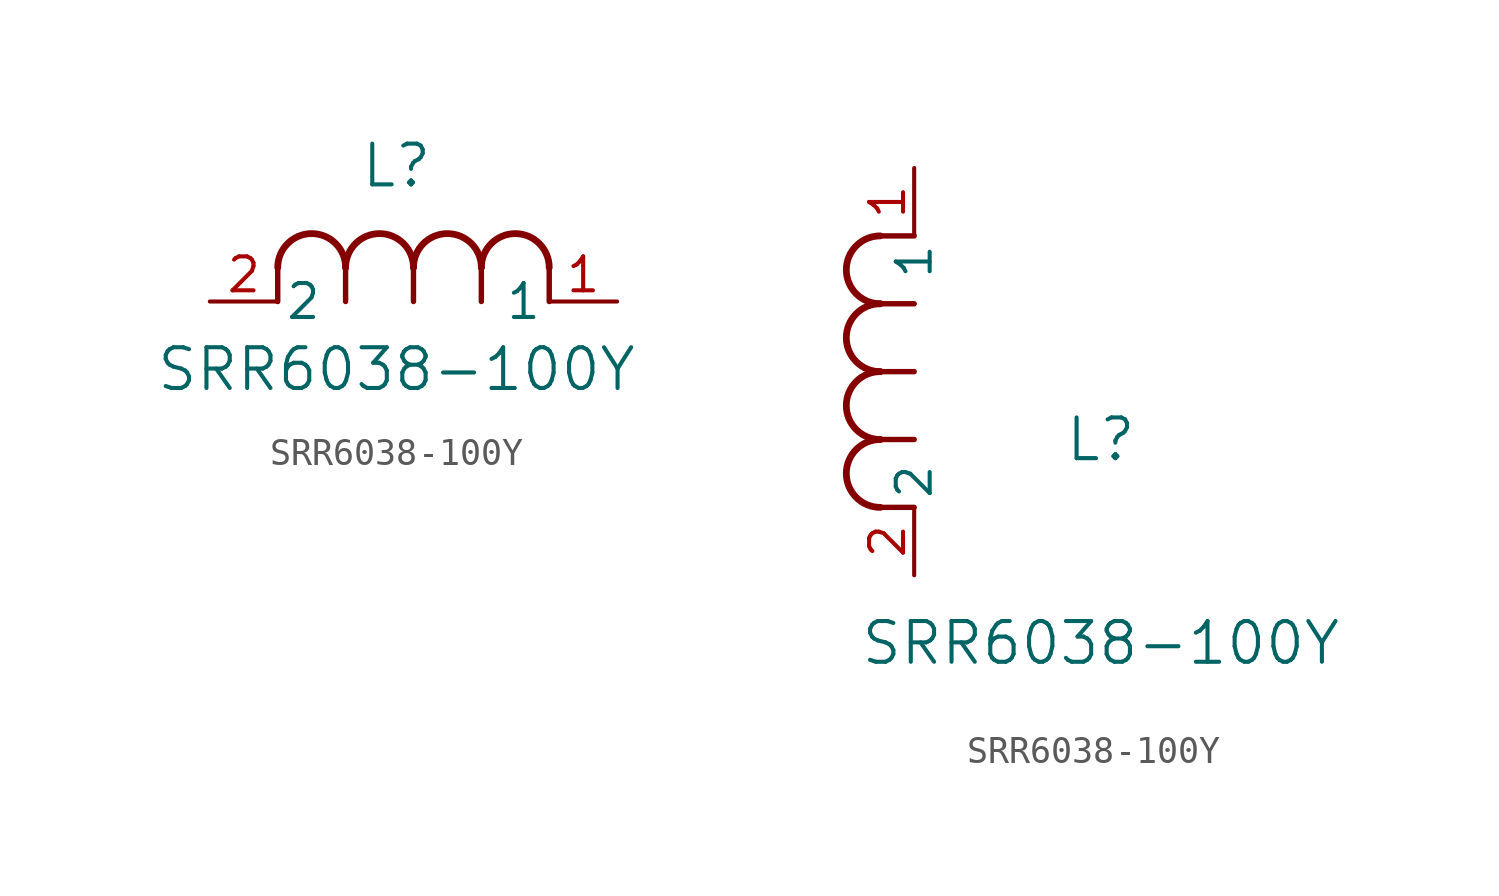
<source format=kicad_sym>
(kicad_symbol_lib
  (version 20211014)
  (generator kicad_symbol_editor)
  (symbol "SRR6038-100Y"
    (pin_names
      (offset 0.254))
    (property "Reference" "L"
      (at 6.985 5.08 0)
      (effects (font (size 1.524 1.524))))
    (property "Value" "SRR6038-100Y"
      (at 6.985 -2.54 0)
      (effects (font (size 1.524 1.524))))
    (symbol "SRR6038-100Y_1_1"
      (arc (start 7.62 1.27) (mid 6.35 2.54) (end 5.08 1.27) (stroke (width 0.254) (type default) (color 0 0 0 0)) (fill (type none)))
      (polyline (pts (xy 5.08 0) (xy 5.08 1.27)) (stroke (width 0.203) (type default) (color 0 0 0 0)) (fill (type none)))
      (polyline (pts (xy 7.62 0) (xy 7.62 1.27)) (stroke (width 0.203) (type default) (color 0 0 0 0)) (fill (type none)))
      (polyline (pts (xy 12.7 0) (xy 12.7 1.27)) (stroke (width 0.203) (type default) (color 0 0 0 0)) (fill (type none)))
      (arc (start 5.08 1.27) (mid 3.81 2.54) (end 2.54 1.27) (stroke (width 0.254) (type default) (color 0 0 0 0)) (fill (type none)))
      (arc (start 10.16 1.27) (mid 8.89 2.54) (end 7.62 1.27) (stroke (width 0.254) (type default) (color 0 0 0 0)) (fill (type none)))
      (arc (start 12.7 1.27) (mid 11.43 2.54) (end 10.16 1.27) (stroke (width 0.254) (type default) (color 0 0 0 0)) (fill (type none)))
      (polyline (pts (xy 2.54 0) (xy 2.54 1.27)) (stroke (width 0.203) (type default) (color 0 0 0 0)) (fill (type none)))
      (polyline (pts (xy 10.16 0) (xy 10.16 1.27)) (stroke (width 0.203) (type default) (color 0 0 0 0)) (fill (type none)))
      (pin unspecified line (at 0 0 0) (length 2.54) (name "2" (effects (font (size 1.27 1.27)))) (number "2" (effects (font (size 1.27 1.27)))))
      (pin unspecified line (at 15.24 0 180) (length 2.54) (name "1" (effects (font (size 1.27 1.27)))) (number "1" (effects (font (size 1.27 1.27))))))
    (symbol "SRR6038-100Y_1_2"
      (arc (start -1.27 7.62) (mid -2.54 6.35) (end -1.27 5.08) (stroke (width 0.254) (type default) (color 0 0 0 0)) (fill (type none)))
      (arc (start -1.27 5.08) (mid -2.54 3.81) (end -1.27 2.54) (stroke (width 0.254) (type default) (color 0 0 0 0)) (fill (type none)))
      (arc (start -1.27 12.7) (mid -2.54 11.43) (end -1.27 10.16) (stroke (width 0.254) (type default) (color 0 0 0 0)) (fill (type none)))
      (arc (start -1.27 10.16) (mid -2.54 8.89) (end -1.27 7.62) (stroke (width 0.254) (type default) (color 0 0 0 0)) (fill (type none)))
      (polyline (pts (xy 0 7.62) (xy -1.27 7.62)) (stroke (width 0.203) (type default) (color 0 0 0 0)) (fill (type none)))
      (polyline (pts (xy 0 5.08) (xy -1.27 5.08)) (stroke (width 0.203) (type default) (color 0 0 0 0)) (fill (type none)))
      (polyline (pts (xy 0 12.7) (xy -1.27 12.7)) (stroke (width 0.203) (type default) (color 0 0 0 0)) (fill (type none)))
      (polyline (pts (xy 0 2.54) (xy -1.27 2.54)) (stroke (width 0.203) (type default) (color 0 0 0 0)) (fill (type none)))
      (polyline (pts (xy 0 10.16) (xy -1.27 10.16)) (stroke (width 0.203) (type default) (color 0 0 0 0)) (fill (type none)))
      (pin unspecified line (at 0 0 90) (length 2.54) (name "2" (effects (font (size 1.27 1.27)))) (number "2" (effects (font (size 1.27 1.27)))))
      (pin unspecified line (at 0 15.24 270) (length 2.54) (name "1" (effects (font (size 1.27 1.27)))) (number "1" (effects (font (size 1.27 1.27))))))))
</source>
